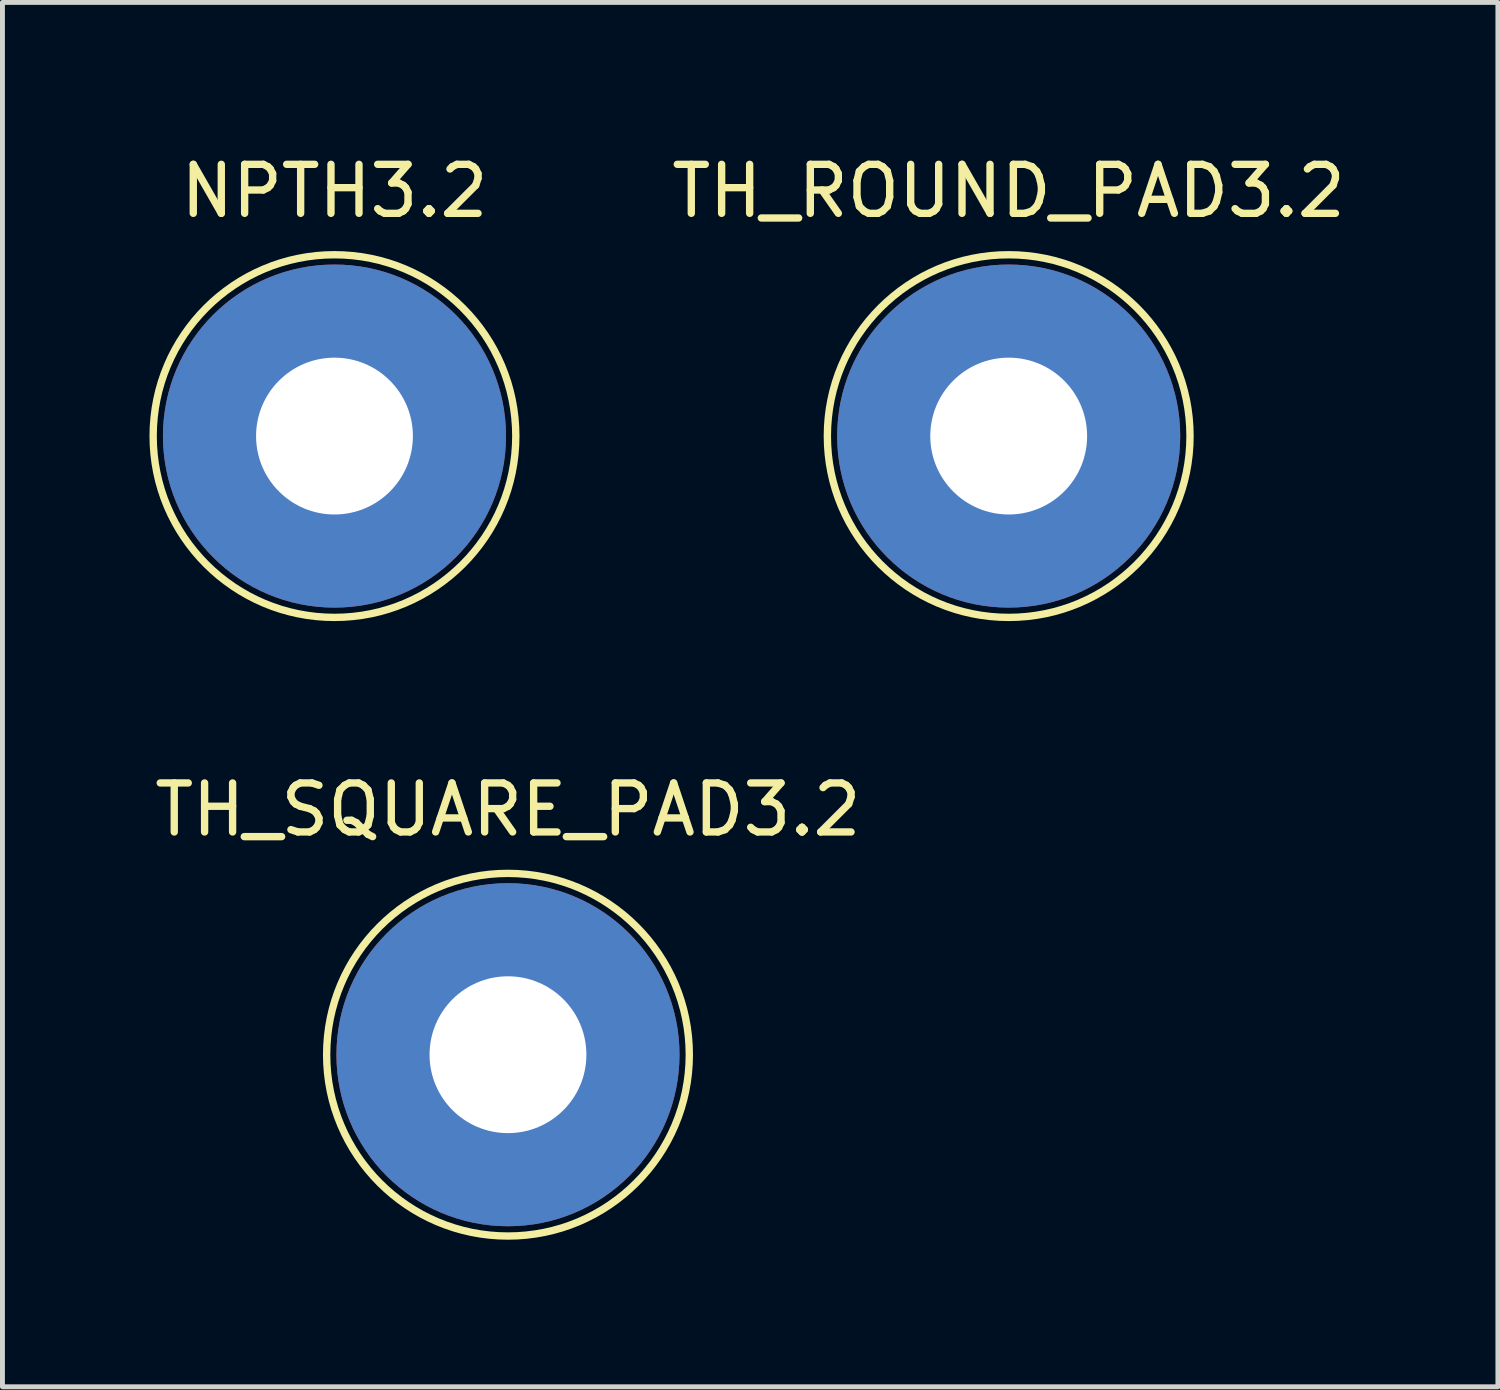
<source format=kicad_pcb>
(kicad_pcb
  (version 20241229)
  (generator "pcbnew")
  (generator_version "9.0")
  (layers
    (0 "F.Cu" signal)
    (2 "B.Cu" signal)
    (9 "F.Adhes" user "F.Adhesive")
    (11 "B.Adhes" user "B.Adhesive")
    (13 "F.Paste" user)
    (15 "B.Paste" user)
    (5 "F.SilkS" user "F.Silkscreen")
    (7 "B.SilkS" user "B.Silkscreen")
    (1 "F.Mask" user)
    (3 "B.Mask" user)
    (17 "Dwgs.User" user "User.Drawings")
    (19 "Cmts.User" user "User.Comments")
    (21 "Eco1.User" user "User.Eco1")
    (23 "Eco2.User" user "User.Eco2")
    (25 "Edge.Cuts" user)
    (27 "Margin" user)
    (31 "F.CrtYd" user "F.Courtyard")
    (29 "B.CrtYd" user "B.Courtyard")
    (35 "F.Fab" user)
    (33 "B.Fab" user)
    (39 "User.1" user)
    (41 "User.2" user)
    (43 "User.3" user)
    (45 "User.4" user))
  (footprint "TH_ROUND_PAD3.2"
    (layer "F.Cu")
    (at 17.532 5.848)
    (property "Reference" "TH_ROUND_PAD3.2" (at 0 -5 0) (layer "F.SilkS") (effects (font (size 1 1) (thickness 0.15))))
    (attr through_hole)
    (fp_circle (center 0 0) (end 0 3.7) (stroke (width 0.15) (type solid)) (fill no) (layer "F.SilkS"))
    (pad "1" thru_hole circle (at 0 0) (size 7 7) (drill 3.2) (layers "*.Cu" "*.Mask")))
  (footprint "NPTH3.2"
    (layer "F.Cu")
    (at 3.775 5.848)
    (property "Reference" "NPTH3.2" (at 0 -5 0) (layer "F.SilkS") (effects (font (size 1 1) (thickness 0.15))))
    (attr through_hole)
    (fp_circle (center 0 0) (end 0 3.7) (stroke (width 0.15) (type solid)) (fill no) (layer "F.SilkS"))
    (pad "" np_thru_hole circle (at 0 0) (size 7 7) (drill 3.2) (layers "*.Cu" "*.Mask")))
  (footprint "TH_SQUARE_PAD3.2"
    (layer "F.Cu")
    (at 7.315 18.471)
    (property "Reference" "TH_SQUARE_PAD3.2" (at 0 -5 0) (layer "F.SilkS") (effects (font (size 1 1) (thickness 0.15))))
    (attr through_hole)
    (fp_circle (center 0 0) (end 0 3.7) (stroke (width 0.15) (type solid)) (fill no) (layer "F.SilkS"))
    (pad "1" thru_hole circle (at 0 0) (size 7 7) (drill 3.2) (layers "*.Cu" "*.Mask")))
  (gr_rect
    (start -3 -3)
    (end 27.514 25.247)
    (stroke (width 0.1) (type default))
    (fill no)
    (layer "Edge.Cuts")))
</source>
